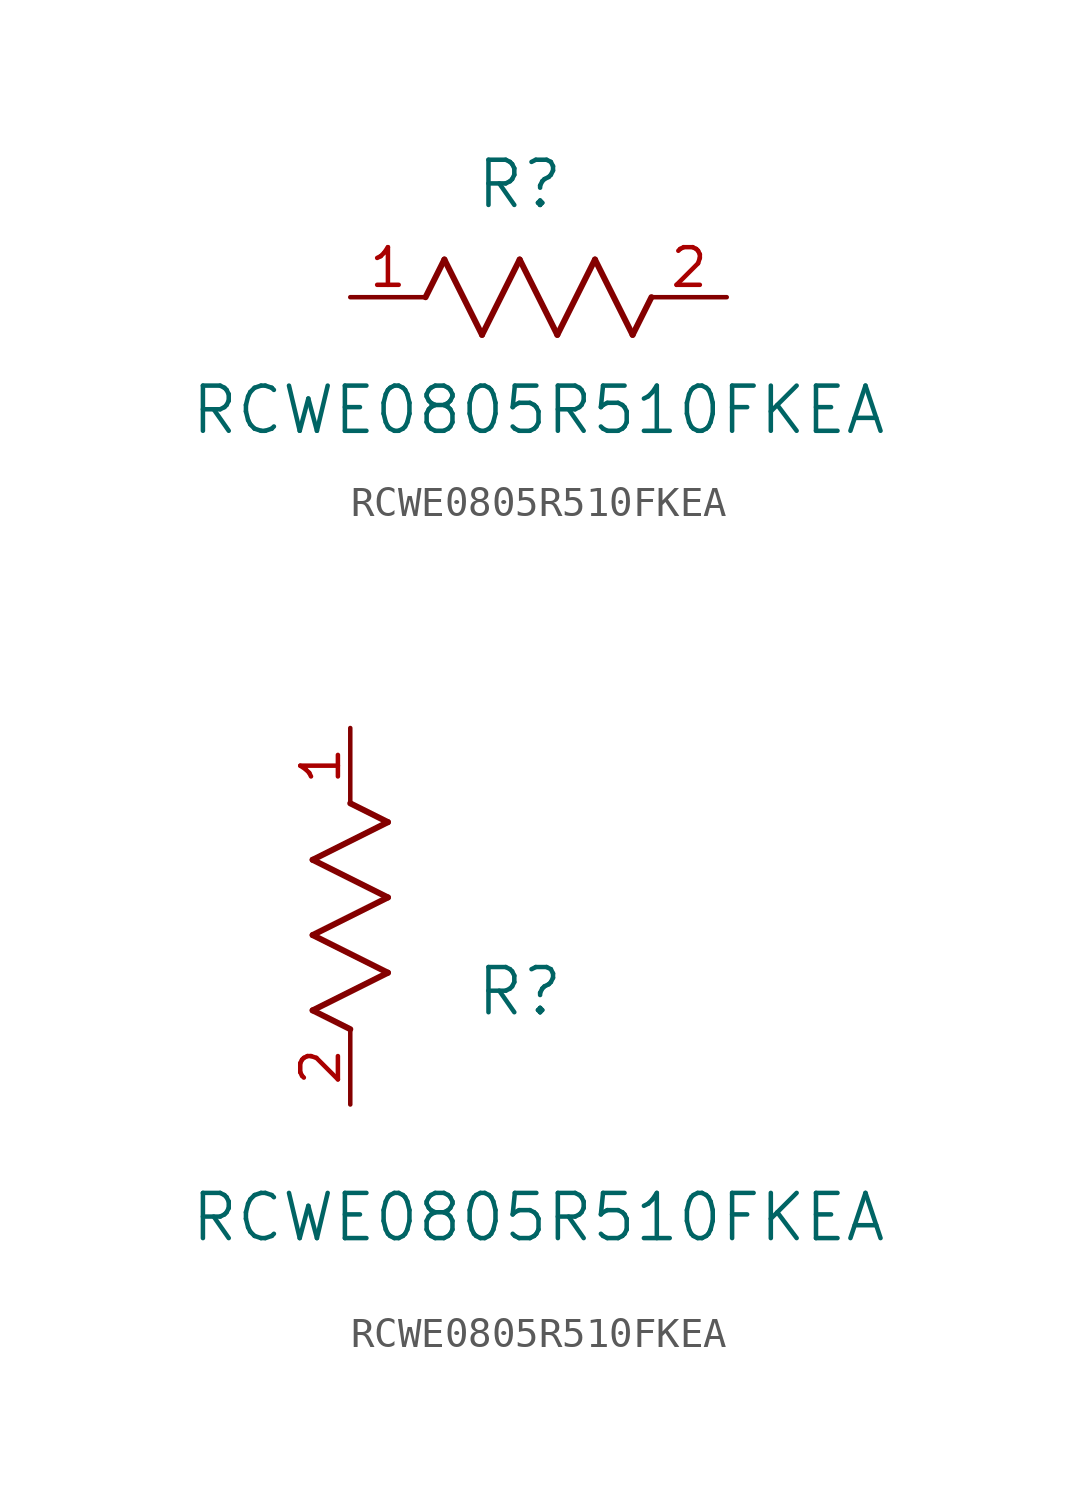
<source format=kicad_sym>
(kicad_symbol_lib
  (version 20231120)
  (generator "kicad_symbol_editor")
  (generator_version "8.0")
  (symbol "RCWE0805R510FKEA"
    (pin_names
      (offset 0.254))
    (property "Reference" "R"
      (at 5.715 3.81 0)
      (effects (font (size 1.524 1.524))))
    (property "Value" "RCWE0805R510FKEA"
      (at 6.35 -3.81 0)
      (effects (font (size 1.524 1.524))))
    (property "ki_locked" ""
      (at 0 0 0)
      (effects (font (size 1.27 1.27))))
    (symbol "RCWE0805R510FKEA_1_1"
      (polyline (pts (xy 2.54 0) (xy 3.175 1.27)) (stroke (width 0.203) (type default)) (fill (type none)))
      (polyline (pts (xy 3.175 1.27) (xy 4.445 -1.27)) (stroke (width 0.203) (type default)) (fill (type none)))
      (polyline (pts (xy 4.445 -1.27) (xy 5.715 1.27)) (stroke (width 0.203) (type default)) (fill (type none)))
      (polyline (pts (xy 5.715 1.27) (xy 6.985 -1.27)) (stroke (width 0.203) (type default)) (fill (type none)))
      (polyline (pts (xy 6.985 -1.27) (xy 8.255 1.27)) (stroke (width 0.203) (type default)) (fill (type none)))
      (polyline (pts (xy 8.255 1.27) (xy 9.525 -1.27)) (stroke (width 0.203) (type default)) (fill (type none)))
      (polyline (pts (xy 9.525 -1.27) (xy 10.16 0)) (stroke (width 0.203) (type default)) (fill (type none)))
      (pin unspecified line (at 0 0 0) (length 2.54) (name "" (effects (font (size 1.27 1.27)))) (number "1" (effects (font (size 1.27 1.27)))))
      (pin unspecified line (at 12.7 0 180) (length 2.54) (name "" (effects (font (size 1.27 1.27)))) (number "2" (effects (font (size 1.27 1.27))))))
    (symbol "RCWE0805R510FKEA_1_2"
      (polyline (pts (xy -1.27 3.175) (xy 1.27 4.445)) (stroke (width 0.203) (type default)) (fill (type none)))
      (polyline (pts (xy -1.27 5.715) (xy 1.27 6.985)) (stroke (width 0.203) (type default)) (fill (type none)))
      (polyline (pts (xy -1.27 8.255) (xy 1.27 9.525)) (stroke (width 0.203) (type default)) (fill (type none)))
      (polyline (pts (xy 0 2.54) (xy -1.27 3.175)) (stroke (width 0.203) (type default)) (fill (type none)))
      (polyline (pts (xy 1.27 4.445) (xy -1.27 5.715)) (stroke (width 0.203) (type default)) (fill (type none)))
      (polyline (pts (xy 1.27 6.985) (xy -1.27 8.255)) (stroke (width 0.203) (type default)) (fill (type none)))
      (polyline (pts (xy 1.27 9.525) (xy 0 10.16)) (stroke (width 0.203) (type default)) (fill (type none)))
      (pin unspecified line (at 0 12.7 270) (length 2.54) (name "" (effects (font (size 1.27 1.27)))) (number "1" (effects (font (size 1.27 1.27)))))
      (pin unspecified line (at 0 0 90) (length 2.54) (name "" (effects (font (size 1.27 1.27)))) (number "2" (effects (font (size 1.27 1.27))))))))
</source>
